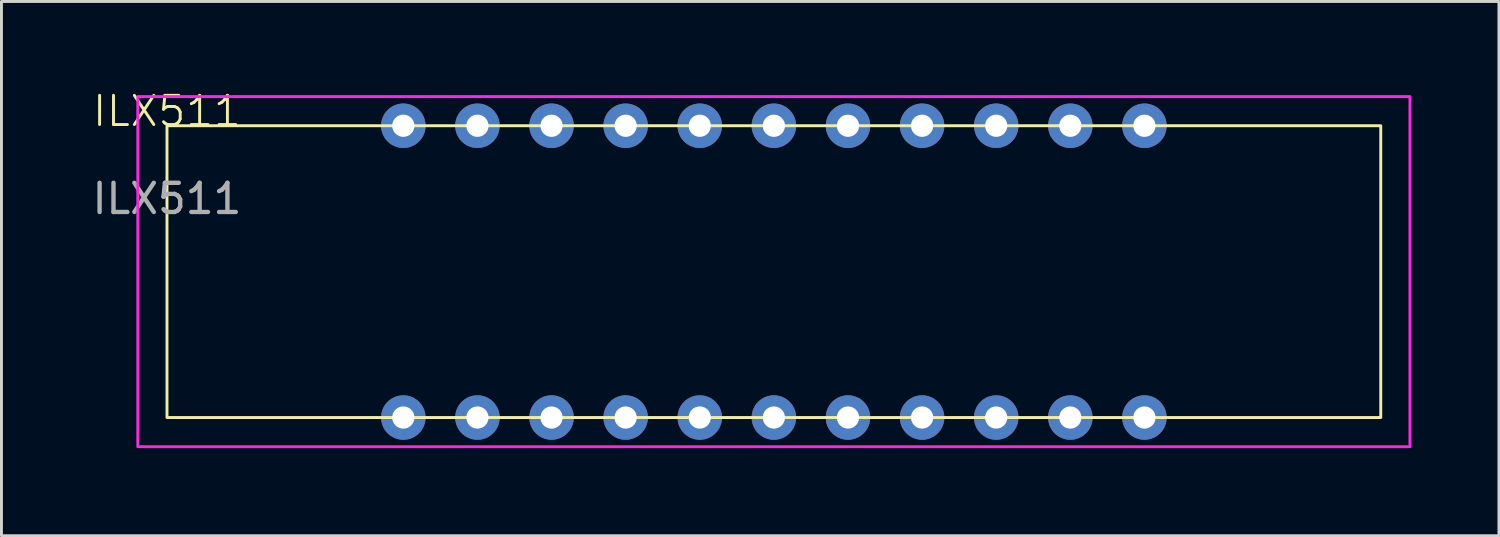
<source format=kicad_pcb>
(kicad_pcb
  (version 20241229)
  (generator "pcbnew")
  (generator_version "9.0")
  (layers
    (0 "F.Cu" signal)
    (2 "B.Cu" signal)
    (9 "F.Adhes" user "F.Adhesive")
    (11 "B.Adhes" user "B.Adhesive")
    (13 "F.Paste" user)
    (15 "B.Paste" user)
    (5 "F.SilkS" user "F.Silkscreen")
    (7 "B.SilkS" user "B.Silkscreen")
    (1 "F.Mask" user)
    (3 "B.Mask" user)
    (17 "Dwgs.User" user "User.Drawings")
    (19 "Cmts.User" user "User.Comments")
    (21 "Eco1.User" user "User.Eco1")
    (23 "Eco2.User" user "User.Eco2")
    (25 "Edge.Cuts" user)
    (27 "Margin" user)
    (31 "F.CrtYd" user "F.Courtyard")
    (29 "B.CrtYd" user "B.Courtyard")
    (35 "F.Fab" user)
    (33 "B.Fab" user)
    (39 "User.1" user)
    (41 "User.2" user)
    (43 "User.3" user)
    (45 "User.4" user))
  (footprint "ILX511"
    (layer "F.Cu")
    (at 2.673 1.26)
    (property "Reference" "ILX511" (at 0 -0.5 0) (unlocked yes) (layer "F.SilkS") (effects (font (size 1 1) (thickness 0.1))))
    (fp_rect (start 0 0) (end 41.6 10) (stroke (width 0.1) (type default)) (fill no) (layer "F.SilkS"))
    (fp_rect (start -1 -1) (end 42.6 11) (stroke (width 0.1) (type default)) (fill no) (layer "F.CrtYd"))
    (fp_text user "${REFERENCE}" (at 0 2.5 0) (unlocked yes) (layer "F.Fab") (effects (font (size 1 1) (thickness 0.15))))
    (pad "1" thru_hole circle (at 8.1 10) (size 1.524 1.524) (drill 0.762) (layers "*.Cu" "*.Mask"))
    (pad "2" thru_hole circle (at 10.64 10) (size 1.524 1.524) (drill 0.762) (layers "*.Cu" "*.Mask"))
    (pad "3" thru_hole circle (at 13.18 10) (size 1.524 1.524) (drill 0.762) (layers "*.Cu" "*.Mask"))
    (pad "4" thru_hole circle (at 15.72 10) (size 1.524 1.524) (drill 0.762) (layers "*.Cu" "*.Mask"))
    (pad "5" thru_hole circle (at 18.26 10) (size 1.524 1.524) (drill 0.762) (layers "*.Cu" "*.Mask"))
    (pad "6" thru_hole circle (at 20.8 10) (size 1.524 1.524) (drill 0.762) (layers "*.Cu" "*.Mask"))
    (pad "7" thru_hole circle (at 23.34 10) (size 1.524 1.524) (drill 0.762) (layers "*.Cu" "*.Mask"))
    (pad "8" thru_hole circle (at 25.88 10) (size 1.524 1.524) (drill 0.762) (layers "*.Cu" "*.Mask"))
    (pad "9" thru_hole circle (at 28.42 10) (size 1.524 1.524) (drill 0.762) (layers "*.Cu" "*.Mask"))
    (pad "10" thru_hole circle (at 30.96 10) (size 1.524 1.524) (drill 0.762) (layers "*.Cu" "*.Mask"))
    (pad "11" thru_hole circle (at 33.5 10) (size 1.524 1.524) (drill 0.762) (layers "*.Cu" "*.Mask"))
    (pad "12" thru_hole circle (at 33.5 0) (size 1.524 1.524) (drill 0.762) (layers "*.Cu" "*.Mask"))
    (pad "13" thru_hole circle (at 30.96 0) (size 1.524 1.524) (drill 0.762) (layers "*.Cu" "*.Mask"))
    (pad "14" thru_hole circle (at 28.42 0) (size 1.524 1.524) (drill 0.762) (layers "*.Cu" "*.Mask"))
    (pad "15" thru_hole circle (at 25.88 0) (size 1.524 1.524) (drill 0.762) (layers "*.Cu" "*.Mask"))
    (pad "16" thru_hole circle (at 23.34 0) (size 1.524 1.524) (drill 0.762) (layers "*.Cu" "*.Mask"))
    (pad "17" thru_hole circle (at 20.8 0) (size 1.524 1.524) (drill 0.762) (layers "*.Cu" "*.Mask"))
    (pad "18" thru_hole circle (at 18.26 0) (size 1.524 1.524) (drill 0.762) (layers "*.Cu" "*.Mask"))
    (pad "19" thru_hole circle (at 15.72 0) (size 1.524 1.524) (drill 0.762) (layers "*.Cu" "*.Mask"))
    (pad "20" thru_hole circle (at 13.18 0) (size 1.524 1.524) (drill 0.762) (layers "*.Cu" "*.Mask"))
    (pad "21" thru_hole circle (at 10.64 0) (size 1.524 1.524) (drill 0.762) (layers "*.Cu" "*.Mask"))
    (pad "22" thru_hole circle (at 8.1 0) (size 1.524 1.524) (drill 0.762) (layers "*.Cu" "*.Mask")))
  (gr_rect
    (start -3 -3)
    (end 48.323 15.31)
    (stroke (width 0.1) (type default))
    (fill no)
    (layer "Edge.Cuts")))
</source>
